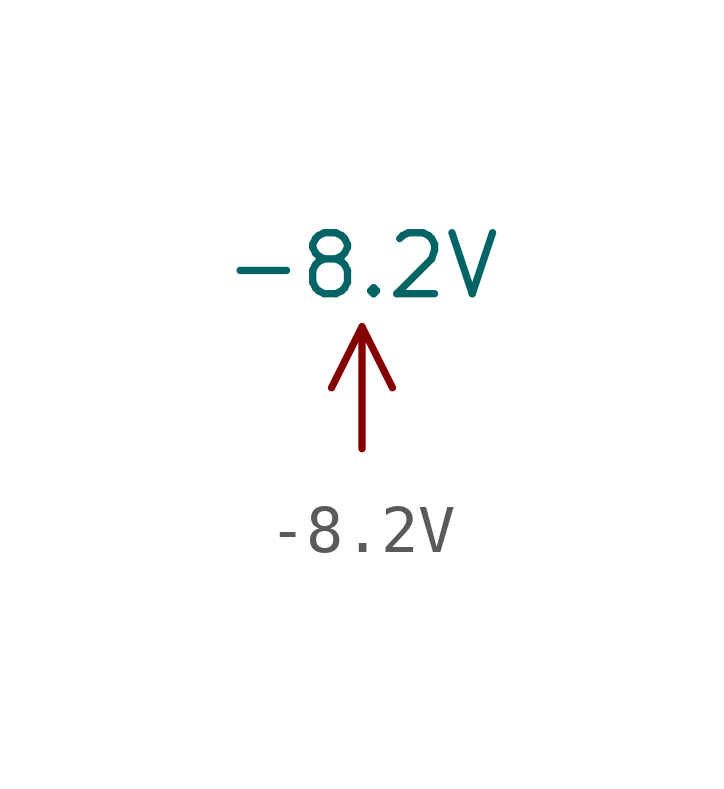
<source format=kicad_sym>
(kicad_symbol_lib
  (version 20211014)
  (generator kicad_symbol_editor)
  (symbol "-8.2V"
    (power)
    (pin_names
      (offset 0))
    (property "Reference" "#PWR"
      (at 0 -1.905 0)
      (effects (font (size 1.524 1.524)) hide))
    (property "Value" "-8.2V"
      (at 0 3.81 0)
      (effects (font (size 1.27 1.27))))
    (symbol "-8.2V_0_1"
      (polyline (pts (xy 0 2.54) (xy -0.635 1.27)) (stroke (width 0) (type default) (color 0 0 0 0)) (fill (type none)))
      (polyline (pts (xy 0 0) (xy 0 2.54) (xy 0.635 1.27)) (stroke (width 0) (type default) (color 0 0 0 0)) (fill (type none))))
    (symbol "-8.2V_1_1"
      (pin power_out line (at 0 0 90) (length 0) hide (name "-8.2V" (effects (font (size 1.27 1.27)))) (number "1" (effects (font (size 1.27 1.27))))))))
</source>
